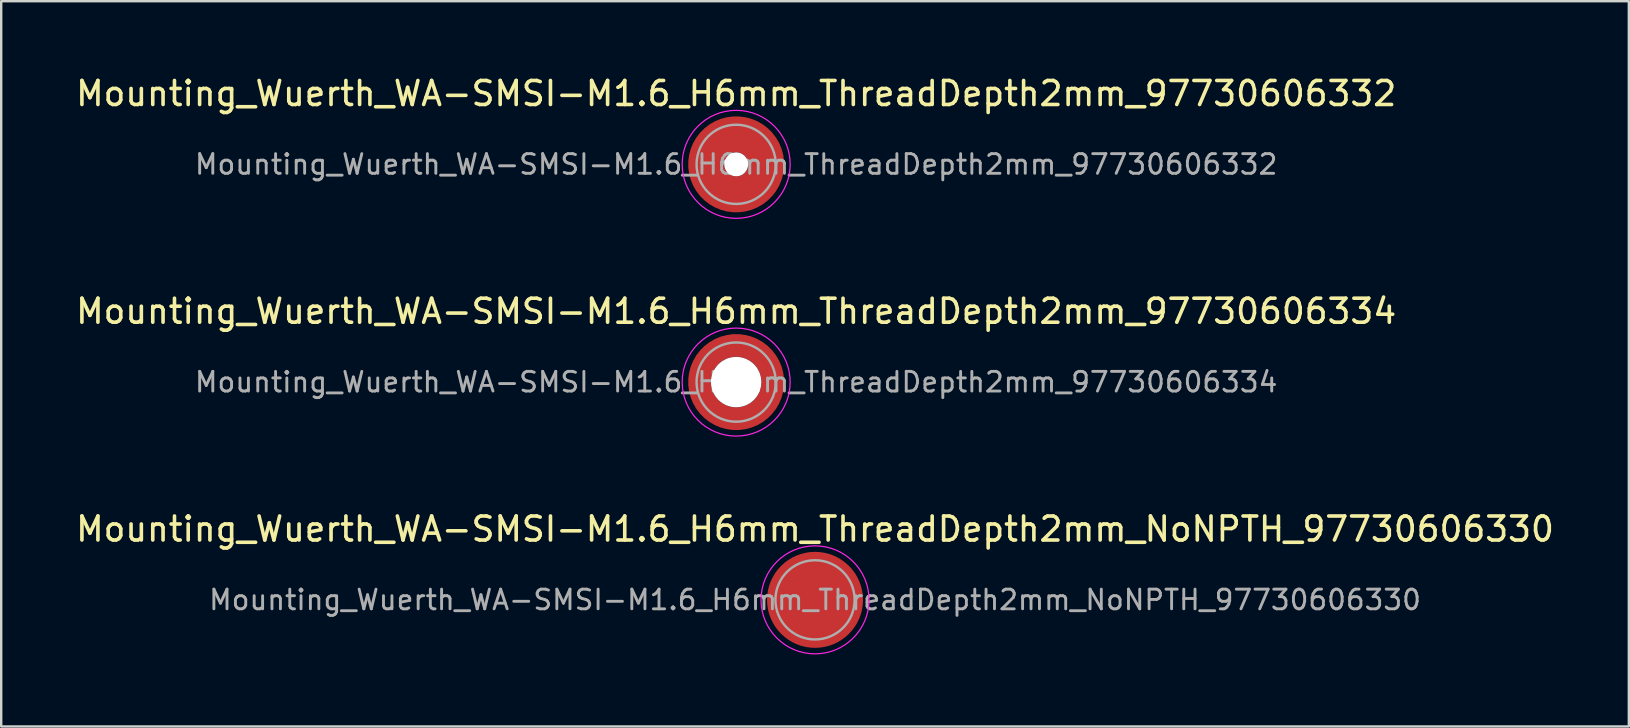
<source format=kicad_pcb>
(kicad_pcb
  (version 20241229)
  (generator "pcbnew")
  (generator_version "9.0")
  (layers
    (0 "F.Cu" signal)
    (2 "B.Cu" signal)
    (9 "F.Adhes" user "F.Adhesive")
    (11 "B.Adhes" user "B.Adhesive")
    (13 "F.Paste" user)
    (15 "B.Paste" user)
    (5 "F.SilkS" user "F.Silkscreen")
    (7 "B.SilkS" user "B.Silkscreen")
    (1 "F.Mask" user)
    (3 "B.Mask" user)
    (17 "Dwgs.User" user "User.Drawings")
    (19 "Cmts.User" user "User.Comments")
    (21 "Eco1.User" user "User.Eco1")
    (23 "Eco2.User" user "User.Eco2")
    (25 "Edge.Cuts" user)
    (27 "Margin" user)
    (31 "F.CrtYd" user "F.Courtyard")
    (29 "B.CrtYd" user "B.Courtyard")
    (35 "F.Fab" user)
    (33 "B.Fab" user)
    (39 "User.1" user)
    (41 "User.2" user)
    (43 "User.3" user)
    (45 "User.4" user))
  (footprint "Mounting_Wuerth_WA-SMSI-M1.6_H6mm_ThreadDepth2mm_97730606332"
    (layer "F.Cu")
    (at 27.625 3.798)
    (property "Reference" "Mounting_Wuerth_WA-SMSI-M1.6_H6mm_ThreadDepth2mm_97730606332" (at 0 -2.95 0) (layer "F.SilkS") (effects (font (size 1 1) (thickness 0.15))))
    (attr smd)
    (fp_circle (center 0 0) (end 2.25 0) (stroke (width 0.05) (type solid)) (fill no) (layer "F.CrtYd"))
    (fp_circle (center 0 0) (end 1.65 0) (stroke (width 0.1) (type solid)) (fill no) (layer "F.Fab"))
    (fp_text user "${REFERENCE}" (at 0 0 0) (layer "F.Fab") (effects (font (size 0.82 0.82) (thickness 0.12))))
    (pad "" smd custom (at 0 -1.25) (size 0.9 0.9) (layers "F.Paste") (options (anchor circle)) (primitives (gr_arc (start -0.259808 0.6) (mid -0.00045 0.55) (end 0.258972 0.599667) (width 0.2)) (gr_arc (start -0.466369 0.6) (mid -0.000127 0.45) (end 0.466163 0.599852) (width 0.2)) (gr_arc (start -0.622495 0.6) (mid -0.000185 0.35) (end 0.622228 0.599745) (width 0.2)) (gr_arc (start -0.759934 0.6) (mid -0.000146 0.25) (end 0.759744 0.599777) (width 0.2)) (gr_arc (start -0.887412 0.6) (mid -0.000546 0.15) (end 0.886766 0.599119) (width 0.2)) (gr_arc (start -1.008712 0.6) (mid -0.000059 0.05) (end 1.008648 0.5999) (width 0.2)) (gr_arc (start -1.125833 0.6) (mid -0.001134 -0.049999) (end 1.124697 0.598036) (width 0.2)) (gr_arc (start -1.23996 0.6) (mid -0.00088 -0.15) (end 1.239142 0.598442) (width 0.2)) (gr_arc (start -1.351851 0.6) (mid -0.000542 -0.25) (end 1.351381 0.599023) (width 0.2)) (gr_arc (start -1.462019 0.6) (mid -0.000852 -0.35) (end 1.461326 0.598443) (width 0.2)) (gr_arc (start -1.570828 0.6) (mid -0.000608 -0.45) (end 1.570363 0.598876) (width 0.2)) (gr_arc (start -1.678541 0.6) (mid -0.000991 -0.55) (end 1.677824 0.598152) (width 0.2)) (gr_line (start 0.26 0.6) (end 1.679 0.6) (width 0.2)) (gr_line (start -0.26 0.6) (end -1.679 0.6) (width 0.2))))
    (pad "" np_thru_hole circle (at 0 0) (size 1 1) (drill 1) (layers "*.Cu" "*.Mask"))
    (pad "" smd custom (at 0 1.25) (size 0.9 0.9) (layers "F.Paste") (options (anchor circle)) (primitives (gr_arc (start 0.259808 -0.6) (mid 0.00045 -0.55) (end -0.258972 -0.599667) (width 0.2)) (gr_arc (start 0.466369 -0.6) (mid 0.000127 -0.45) (end -0.466163 -0.599852) (width 0.2)) (gr_arc (start 0.622495 -0.6) (mid 0.000185 -0.35) (end -0.622228 -0.599745) (width 0.2)) (gr_arc (start 0.759934 -0.6) (mid 0.000146 -0.25) (end -0.759744 -0.599777) (width 0.2)) (gr_arc (start 0.887412 -0.6) (mid 0.000546 -0.15) (end -0.886766 -0.599119) (width 0.2)) (gr_arc (start 1.008712 -0.6) (mid 0.000059 -0.05) (end -1.008648 -0.5999) (width 0.2)) (gr_arc (start 1.125833 -0.6) (mid 0.001134 0.049999) (end -1.124697 -0.598036) (width 0.2)) (gr_arc (start 1.23996 -0.6) (mid 0.00088 0.15) (end -1.239142 -0.598442) (width 0.2)) (gr_arc (start 1.351851 -0.6) (mid 0.000542 0.25) (end -1.351381 -0.599023) (width 0.2)) (gr_arc (start 1.462019 -0.6) (mid 0.000852 0.35) (end -1.461326 -0.598443) (width 0.2)) (gr_arc (start 1.570828 -0.6) (mid 0.000608 0.45) (end -1.570363 -0.598876) (width 0.2)) (gr_arc (start 1.678541 -0.6) (mid 0.000991 0.55) (end -1.677824 -0.598152) (width 0.2)) (gr_line (start -0.26 -0.6) (end -1.679 -0.6) (width 0.2)) (gr_line (start 0.26 -0.6) (end 1.679 -0.6) (width 0.2))))
    (pad "1" smd circle (at -1.25 0) (size 1.1 1.1) (layers "F.Cu"))
    (pad "1" smd circle (at 0 -1.25) (size 1.1 1.1) (layers "F.Cu"))
    (pad "1" smd circle (at 0 1.25) (size 1.1 1.1) (layers "F.Cu"))
    (pad "1" smd custom (at 1.25 0) (size 1.1 1.1) (layers "F.Cu" "F.Mask") (options (anchor circle)) (primitives (gr_circle (center -1.25 0) (end 0 0) (width 1.5) (fill no)))))
  (footprint "Mounting_Wuerth_WA-SMSI-M1.6_H6mm_ThreadDepth2mm_97730606334"
    (layer "F.Cu")
    (at 27.625 12.871)
    (property "Reference" "Mounting_Wuerth_WA-SMSI-M1.6_H6mm_ThreadDepth2mm_97730606334" (at 0 -2.95 0) (layer "F.SilkS") (effects (font (size 1 1) (thickness 0.15))))
    (attr smd)
    (fp_circle (center 0 0) (end 2.25 0) (stroke (width 0.05) (type solid)) (fill no) (layer "F.CrtYd"))
    (fp_circle (center 0 0) (end 1.65 0) (stroke (width 0.1) (type solid)) (fill no) (layer "F.Fab"))
    (fp_text user "${REFERENCE}" (at 0 0 0) (layer "F.Fab") (effects (font (size 0.82 0.82) (thickness 0.12))))
    (pad "" smd custom (at -1.061 -1.061) (size 0.4 0.4) (layers "F.Paste") (options (anchor circle)) (primitives (gr_arc (start -0.101235 0.76066) (mid 0.211799 0.212465) (end 0.759748 -0.100999) (width 0.2)) (gr_arc (start -0.204251 0.76066) (mid 0.141299 0.141544) (end 0.760323 -0.204171) (width 0.2)) (gr_arc (start -0.306819 0.76066) (mid 0.070255 0.071167) (end 0.759401 -0.306542) (width 0.2)) (gr_arc (start -0.409034 0.76066) (mid -0.000242 0.000241) (end 0.759991 -0.408897) (width 0.2)) (gr_arc (start -0.510963 0.76066) (mid -0.071561 -0.06986) (end 0.758297 -0.51051) (width 0.2)) (gr_arc (start -0.61266 0.76066) (mid -0.142171 -0.140671) (end 0.758572 -0.612284) (width 0.2)) (gr_arc (start -0.714164 0.76066) (mid -0.212264 -0.212) (end 0.760292 -0.714102) (width 0.2)) (gr_line (start 0.761 -0.101) (end 0.761 -0.714) (width 0.2)) (gr_line (start -0.101 0.761) (end -0.714 0.761) (width 0.2))))
    (pad "" smd custom (at -1.061 1.061) (size 0.4 0.4) (layers "F.Paste") (options (anchor circle)) (primitives (gr_arc (start 0.76066 0.101235) (mid 0.212465 -0.211799) (end -0.100999 -0.759748) (width 0.2)) (gr_arc (start 0.76066 0.204251) (mid 0.141544 -0.141299) (end -0.204171 -0.760323) (width 0.2)) (gr_arc (start 0.76066 0.306819) (mid 0.071167 -0.070255) (end -0.306542 -0.759401) (width 0.2)) (gr_arc (start 0.76066 0.409034) (mid 0.000241 0.000242) (end -0.408897 -0.759991) (width 0.2)) (gr_arc (start 0.76066 0.510963) (mid -0.06986 0.071561) (end -0.51051 -0.758297) (width 0.2)) (gr_arc (start 0.76066 0.61266) (mid -0.140671 0.142171) (end -0.612284 -0.758572) (width 0.2)) (gr_arc (start 0.76066 0.714164) (mid -0.212 0.212264) (end -0.714102 -0.760292) (width 0.2)) (gr_line (start -0.101 -0.761) (end -0.714 -0.761) (width 0.2)) (gr_line (start 0.761 0.101) (end 0.761 0.714) (width 0.2))))
    (pad "" np_thru_hole circle (at 0 0) (size 2.1 2.1) (drill 2.1) (layers "*.Cu" "*.Mask"))
    (pad "" smd custom (at 1.061 -1.061) (size 0.4 0.4) (layers "F.Paste") (options (anchor circle)) (primitives (gr_arc (start -0.76066 -0.101235) (mid -0.212465 0.211799) (end 0.100999 0.759748) (width 0.2)) (gr_arc (start -0.76066 -0.204251) (mid -0.141544 0.141299) (end 0.204171 0.760323) (width 0.2)) (gr_arc (start -0.76066 -0.306819) (mid -0.071167 0.070255) (end 0.306542 0.759401) (width 0.2)) (gr_arc (start -0.76066 -0.409034) (mid -0.000241 -0.000242) (end 0.408897 0.759991) (width 0.2)) (gr_arc (start -0.76066 -0.510963) (mid 0.06986 -0.071561) (end 0.51051 0.758297) (width 0.2)) (gr_arc (start -0.76066 -0.61266) (mid 0.140671 -0.142171) (end 0.612284 0.758572) (width 0.2)) (gr_arc (start -0.76066 -0.714164) (mid 0.212 -0.212264) (end 0.714102 0.760292) (width 0.2)) (gr_line (start 0.101 0.761) (end 0.714 0.761) (width 0.2)) (gr_line (start -0.761 -0.101) (end -0.761 -0.714) (width 0.2))))
    (pad "" smd custom (at 1.061 1.061) (size 0.4 0.4) (layers "F.Paste") (options (anchor circle)) (primitives (gr_arc (start 0.101235 -0.76066) (mid -0.211799 -0.212465) (end -0.759748 0.100999) (width 0.2)) (gr_arc (start 0.204251 -0.76066) (mid -0.141299 -0.141544) (end -0.760323 0.204171) (width 0.2)) (gr_arc (start 0.306819 -0.76066) (mid -0.070255 -0.071167) (end -0.759401 0.306542) (width 0.2)) (gr_arc (start 0.409034 -0.76066) (mid 0.000242 -0.000241) (end -0.759991 0.408897) (width 0.2)) (gr_arc (start 0.510963 -0.76066) (mid 0.071561 0.06986) (end -0.758297 0.51051) (width 0.2)) (gr_arc (start 0.61266 -0.76066) (mid 0.142171 0.140671) (end -0.758572 0.612284) (width 0.2)) (gr_arc (start 0.714164 -0.76066) (mid 0.212264 0.212) (end -0.760292 0.714102) (width 0.2)) (gr_line (start -0.761 0.101) (end -0.761 0.714) (width 0.2)) (gr_line (start 0.101 -0.761) (end 0.714 -0.761) (width 0.2))))
    (pad "1" smd circle (at -1.525 0) (size 0.55 0.55) (layers "F.Cu"))
    (pad "1" smd circle (at 0 -1.525) (size 0.55 0.55) (layers "F.Cu"))
    (pad "1" smd circle (at 0 1.525) (size 0.55 0.55) (layers "F.Cu"))
    (pad "1" smd custom (at 1.525 0) (size 0.55 0.55) (layers "F.Cu" "F.Mask") (options (anchor circle)) (primitives (gr_circle (center -1.525 0) (end 0 0) (width 0.95) (fill no)))))
  (footprint "Mounting_Wuerth_WA-SMSI-M1.6_H6mm_ThreadDepth2mm_NoNPTH_97730606330"
    (layer "F.Cu")
    (at 30.911 21.945)
    (property "Reference" "Mounting_Wuerth_WA-SMSI-M1.6_H6mm_ThreadDepth2mm_NoNPTH_97730606330" (at 0 -2.95 0) (layer "F.SilkS") (effects (font (size 1 1) (thickness 0.15))))
    (attr smd)
    (fp_circle (center 0 0) (end 2.25 0) (stroke (width 0.05) (type solid)) (fill no) (layer "F.CrtYd"))
    (fp_circle (center 0 0) (end 1.65 0) (stroke (width 0.1) (type solid)) (fill no) (layer "F.Fab"))
    (fp_text user "${REFERENCE}" (at 0 0 0) (layer "F.Fab") (effects (font (size 0.82 0.82) (thickness 0.12))))
    (pad "" smd custom (at -0.778 -0.778) (size 1.2 1.2) (layers "F.Paste") (options (anchor circle)) (primitives (gr_arc (start 0.465568 0.527817) (mid 0.494887 0.495062) (end 0.527624 0.465723) (width 0.2)) (gr_arc (start 0.344805 0.527817) (mid 0.424264 0.424264) (end 0.527818 0.344805) (width 0.2)) (gr_arc (start 0.232382 0.527817) (mid 0.353364 0.353743) (end 0.527329 0.232606) (width 0.2)) (gr_arc (start 0.123983 0.527817) (mid 0.282626 0.28306) (end 0.527243 0.124203) (width 0.2)) (gr_arc (start 0.017883 0.527817) (mid 0.211737 0.212527) (end 0.526755 0.018233) (width 0.2)) (gr_arc (start -0.086763 0.527817) (mid 0.141173 0.14167) (end 0.527142 -0.086568) (width 0.2)) (gr_arc (start -0.190428 0.527817) (mid 0.070433 0.070988) (end 0.527057 -0.190232) (width 0.2)) (gr_arc (start -0.293397 0.527817) (mid -0.000182 0.000182) (end 0.527315 -0.29328) (width 0.2)) (gr_arc (start -0.395852 0.527817) (mid -0.071085 -0.070336) (end 0.526781 -0.395631) (width 0.2)) (gr_arc (start -0.497918 0.527817) (mid -0.141622 -0.141221) (end 0.52726 -0.497809) (width 0.2)) (gr_arc (start -0.59968 0.527817) (mid -0.212364 -0.2119) (end 0.527171 -0.599563) (width 0.2)) (gr_arc (start -0.701202 0.527817) (mid -0.282952 -0.282733) (end 0.527511 -0.70115) (width 0.2)) (gr_arc (start -0.802531 0.527817) (mid -0.353765 -0.353343) (end 0.527227 -0.802438) (width 0.2)) (gr_arc (start -0.9037 0.527817) (mid -0.425176 -0.423352) (end 0.525265 -0.903319) (width 0.2)) (gr_arc (start -1.004737 0.527817) (mid -0.49534 -0.49461) (end 0.526794 -1.004593) (width 0.2)) (gr_line (start 0.528 0.466) (end 0.528 -1.005) (width 0.2)) (gr_line (start 0.466 0.528) (end -1.005 0.528) (width 0.2))))
    (pad "" smd custom (at -0.778 0.778) (size 1.2 1.2) (layers "F.Paste") (options (anchor circle)) (primitives (gr_arc (start 0.527817 -0.465568) (mid 0.495062 -0.494887) (end 0.465723 -0.527624) (width 0.2)) (gr_arc (start 0.527817 -0.344805) (mid 0.424264 -0.424264) (end 0.344805 -0.527818) (width 0.2)) (gr_arc (start 0.527817 -0.232382) (mid 0.353743 -0.353364) (end 0.232606 -0.527329) (width 0.2)) (gr_arc (start 0.527817 -0.123983) (mid 0.28306 -0.282626) (end 0.124203 -0.527243) (width 0.2)) (gr_arc (start 0.527817 -0.017883) (mid 0.212527 -0.211737) (end 0.018233 -0.526755) (width 0.2)) (gr_arc (start 0.527817 0.086763) (mid 0.14167 -0.141173) (end -0.086568 -0.527142) (width 0.2)) (gr_arc (start 0.527817 0.190428) (mid 0.070988 -0.070433) (end -0.190232 -0.527057) (width 0.2)) (gr_arc (start 0.527817 0.293397) (mid 0.000182 0.000182) (end -0.29328 -0.527315) (width 0.2)) (gr_arc (start 0.527817 0.395852) (mid -0.070336 0.071085) (end -0.395631 -0.526781) (width 0.2)) (gr_arc (start 0.527817 0.497918) (mid -0.141221 0.141622) (end -0.497809 -0.52726) (width 0.2)) (gr_arc (start 0.527817 0.59968) (mid -0.2119 0.212364) (end -0.599563 -0.527171) (width 0.2)) (gr_arc (start 0.527817 0.701202) (mid -0.282733 0.282952) (end -0.70115 -0.527511) (width 0.2)) (gr_arc (start 0.527817 0.802531) (mid -0.353343 0.353765) (end -0.802438 -0.527227) (width 0.2)) (gr_arc (start 0.527817 0.9037) (mid -0.423352 0.425176) (end -0.903319 -0.525265) (width 0.2)) (gr_arc (start 0.527817 1.004737) (mid -0.49461 0.49534) (end -1.004593 -0.526794) (width 0.2)) (gr_line (start 0.466 -0.528) (end -1.005 -0.528) (width 0.2)) (gr_line (start 0.528 -0.466) (end 0.528 1.005) (width 0.2))))
    (pad "" smd custom (at 0.778 -0.778) (size 1.2 1.2) (layers "F.Paste") (options (anchor circle)) (primitives (gr_arc (start -0.527817 0.465568) (mid -0.495062 0.494887) (end -0.465723 0.527624) (width 0.2)) (gr_arc (start -0.527817 0.344805) (mid -0.424264 0.424264) (end -0.344805 0.527818) (width 0.2)) (gr_arc (start -0.527817 0.232382) (mid -0.353743 0.353364) (end -0.232606 0.527329) (width 0.2)) (gr_arc (start -0.527817 0.123983) (mid -0.28306 0.282626) (end -0.124203 0.527243) (width 0.2)) (gr_arc (start -0.527817 0.017883) (mid -0.212527 0.211737) (end -0.018233 0.526755) (width 0.2)) (gr_arc (start -0.527817 -0.086763) (mid -0.14167 0.141173) (end 0.086568 0.527142) (width 0.2)) (gr_arc (start -0.527817 -0.190428) (mid -0.070988 0.070433) (end 0.190232 0.527057) (width 0.2)) (gr_arc (start -0.527817 -0.293397) (mid -0.000182 -0.000182) (end 0.29328 0.527315) (width 0.2)) (gr_arc (start -0.527817 -0.395852) (mid 0.070336 -0.071085) (end 0.395631 0.526781) (width 0.2)) (gr_arc (start -0.527817 -0.497918) (mid 0.141221 -0.141622) (end 0.497809 0.52726) (width 0.2)) (gr_arc (start -0.527817 -0.59968) (mid 0.2119 -0.212364) (end 0.599563 0.527171) (width 0.2)) (gr_arc (start -0.527817 -0.701202) (mid 0.282733 -0.282952) (end 0.70115 0.527511) (width 0.2)) (gr_arc (start -0.527817 -0.802531) (mid 0.353343 -0.353765) (end 0.802438 0.527227) (width 0.2)) (gr_arc (start -0.527817 -0.9037) (mid 0.423352 -0.425176) (end 0.903319 0.525265) (width 0.2)) (gr_arc (start -0.527817 -1.004737) (mid 0.49461 -0.49534) (end 1.004593 0.526794) (width 0.2)) (gr_line (start -0.466 0.528) (end 1.005 0.528) (width 0.2)) (gr_line (start -0.528 0.466) (end -0.528 -1.005) (width 0.2))))
    (pad "" smd custom (at 0.778 0.778) (size 1.2 1.2) (layers "F.Paste") (options (anchor circle)) (primitives (gr_arc (start -0.465568 -0.527817) (mid -0.494887 -0.495062) (end -0.527624 -0.465723) (width 0.2)) (gr_arc (start -0.344805 -0.527817) (mid -0.424264 -0.424264) (end -0.527818 -0.344805) (width 0.2)) (gr_arc (start -0.232382 -0.527817) (mid -0.353364 -0.353743) (end -0.527329 -0.232606) (width 0.2)) (gr_arc (start -0.123983 -0.527817) (mid -0.282626 -0.28306) (end -0.527243 -0.124203) (width 0.2)) (gr_arc (start -0.017883 -0.527817) (mid -0.211737 -0.212527) (end -0.526755 -0.018233) (width 0.2)) (gr_arc (start 0.086763 -0.527817) (mid -0.141173 -0.14167) (end -0.527142 0.086568) (width 0.2)) (gr_arc (start 0.190428 -0.527817) (mid -0.070433 -0.070988) (end -0.527057 0.190232) (width 0.2)) (gr_arc (start 0.293397 -0.527817) (mid 0.000182 -0.000182) (end -0.527315 0.29328) (width 0.2)) (gr_arc (start 0.395852 -0.527817) (mid 0.071085 0.070336) (end -0.526781 0.395631) (width 0.2)) (gr_arc (start 0.497918 -0.527817) (mid 0.141622 0.141221) (end -0.52726 0.497809) (width 0.2)) (gr_arc (start 0.59968 -0.527817) (mid 0.212364 0.2119) (end -0.527171 0.599563) (width 0.2)) (gr_arc (start 0.701202 -0.527817) (mid 0.282952 0.282733) (end -0.527511 0.70115) (width 0.2)) (gr_arc (start 0.802531 -0.527817) (mid 0.353765 0.353343) (end -0.527227 0.802438) (width 0.2)) (gr_arc (start 0.9037 -0.527817) (mid 0.425176 0.423352) (end -0.525265 0.903319) (width 0.2)) (gr_arc (start 1.004737 -0.527817) (mid 0.49534 0.49461) (end -0.526794 1.004593) (width 0.2)) (gr_line (start -0.528 -0.466) (end -0.528 1.005) (width 0.2)) (gr_line (start -0.466 -0.528) (end 1.005 -0.528) (width 0.2))))
    (pad "1" smd circle (at 0 0) (size 4 4) (layers "F.Cu" "F.Mask")))
  (gr_rect
    (start -3 -3)
    (end 64.821 27.22)
    (stroke (width 0.1) (type default))
    (fill no)
    (layer "Edge.Cuts")))
</source>
